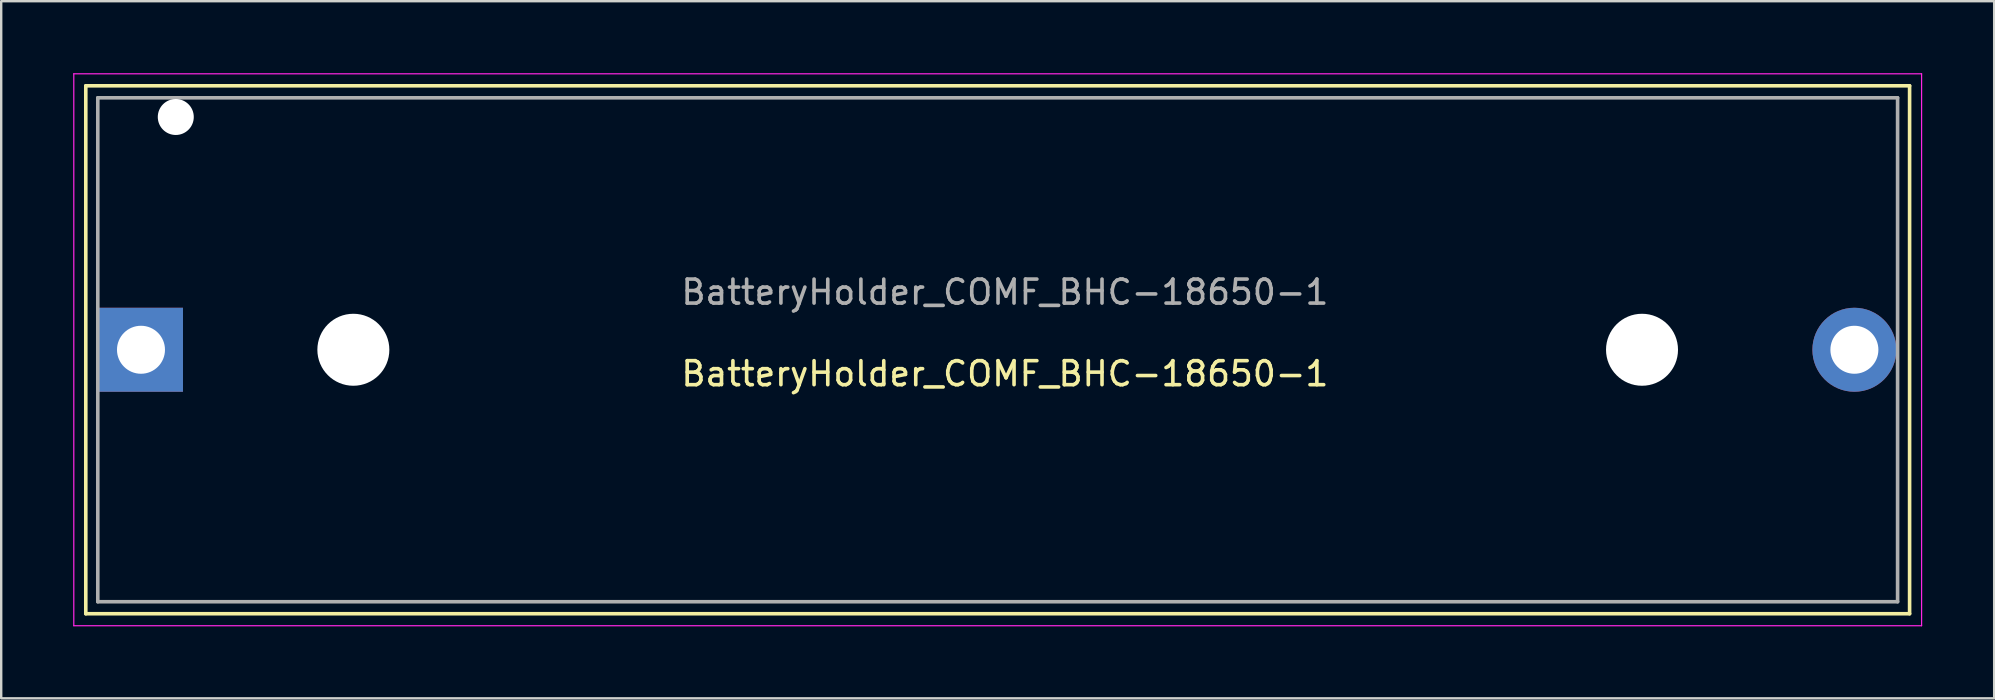
<source format=kicad_pcb>
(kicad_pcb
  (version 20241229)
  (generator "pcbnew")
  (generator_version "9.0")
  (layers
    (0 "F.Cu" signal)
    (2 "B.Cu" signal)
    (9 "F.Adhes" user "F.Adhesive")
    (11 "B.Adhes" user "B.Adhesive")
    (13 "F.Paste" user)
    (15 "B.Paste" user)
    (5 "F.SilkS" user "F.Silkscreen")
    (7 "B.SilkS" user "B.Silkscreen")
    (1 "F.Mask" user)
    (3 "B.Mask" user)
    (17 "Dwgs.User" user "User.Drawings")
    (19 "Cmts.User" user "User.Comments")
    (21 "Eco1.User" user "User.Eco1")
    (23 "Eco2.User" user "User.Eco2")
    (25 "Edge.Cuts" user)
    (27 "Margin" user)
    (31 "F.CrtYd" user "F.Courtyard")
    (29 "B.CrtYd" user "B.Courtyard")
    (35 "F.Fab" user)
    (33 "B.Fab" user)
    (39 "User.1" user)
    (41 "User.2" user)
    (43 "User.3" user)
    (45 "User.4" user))
  (footprint "BatteryHolder_COMF_BHC-18650-1"
    (layer "F.Cu")
    (at 2.825 11.525)
    (property "Reference" "BatteryHolder_COMF_BHC-18650-1" (at 36 1 0) (layer "F.SilkS") (effects (font (size 1 1) (thickness 0.15))))
    (attr through_hole)
    (fp_line (start -2.3 -11) (end 73.7 -11) (stroke (width 0.15) (type solid)) (layer "F.SilkS"))
    (fp_line (start -2.3 11) (end -2.3 -11) (stroke (width 0.15) (type solid)) (layer "F.SilkS"))
    (fp_line (start 73.7 -11) (end 73.7 11) (stroke (width 0.15) (type solid)) (layer "F.SilkS"))
    (fp_line (start 73.7 11) (end -2.3 11) (stroke (width 0.15) (type solid)) (layer "F.SilkS"))
    (fp_line (start -2.8 -11.5) (end 74.2 -11.5) (stroke (width 0.05) (type solid)) (layer "F.CrtYd"))
    (fp_line (start -2.8 11.5) (end -2.8 -11.5) (stroke (width 0.05) (type solid)) (layer "F.CrtYd"))
    (fp_line (start 74.2 -11.5) (end 74.2 11.5) (stroke (width 0.05) (type solid)) (layer "F.CrtYd"))
    (fp_line (start 74.2 11.5) (end -2.8 11.5) (stroke (width 0.05) (type solid)) (layer "F.CrtYd"))
    (fp_line (start -1.8 -10.5) (end 73.2 -10.5) (stroke (width 0.15) (type solid)) (layer "F.Fab"))
    (fp_line (start -1.8 10.5) (end -1.8 -10.5) (stroke (width 0.15) (type solid)) (layer "F.Fab"))
    (fp_line (start 73.2 -10.5) (end 73.2 10.5) (stroke (width 0.15) (type solid)) (layer "F.Fab"))
    (fp_line (start 73.2 10.5) (end -1.8 10.5) (stroke (width 0.15) (type solid)) (layer "F.Fab"))
    (fp_text user "${REFERENCE}" (at 36 -2.4 0) (layer "F.Fab") (effects (font (size 1 1) (thickness 0.15))))
    (pad "" np_thru_hole circle (at 1.45 -9.7) (size 1.5 1.5) (drill 1.5) (layers "*.Cu" "*.Mask"))
    (pad "" np_thru_hole circle (at 8.85 0) (size 3 3) (drill 3) (layers "*.Cu" "*.Mask"))
    (pad "" np_thru_hole circle (at 62.55 0) (size 3 3) (drill 3) (layers "*.Cu" "*.Mask"))
    (pad "1" thru_hole rect (at 0 0) (size 3.5 3.5) (drill 2) (layers "*.Cu" "*.Mask"))
    (pad "2" thru_hole circle (at 71.4 0) (size 3.5 3.5) (drill 2) (layers "*.Cu" "*.Mask")))
  (gr_rect
    (start -3 -3)
    (end 80.05 26.05)
    (stroke (width 0.1) (type default))
    (fill no)
    (layer "Edge.Cuts")))
</source>
